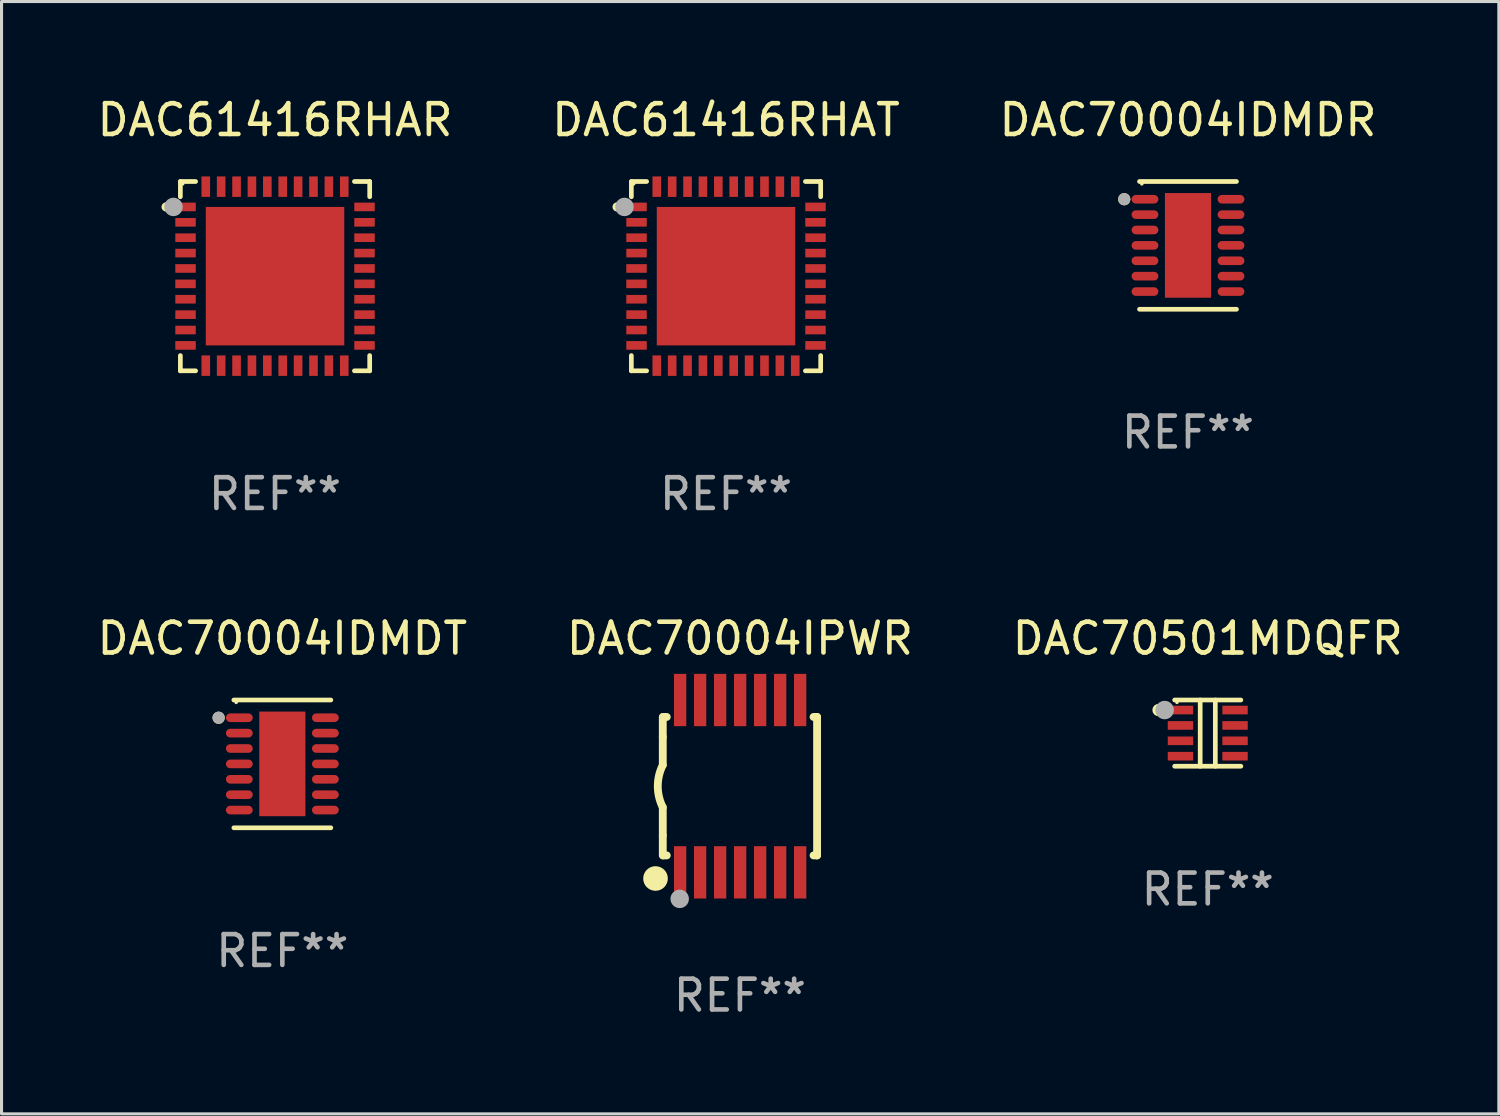
<source format=kicad_pcb>
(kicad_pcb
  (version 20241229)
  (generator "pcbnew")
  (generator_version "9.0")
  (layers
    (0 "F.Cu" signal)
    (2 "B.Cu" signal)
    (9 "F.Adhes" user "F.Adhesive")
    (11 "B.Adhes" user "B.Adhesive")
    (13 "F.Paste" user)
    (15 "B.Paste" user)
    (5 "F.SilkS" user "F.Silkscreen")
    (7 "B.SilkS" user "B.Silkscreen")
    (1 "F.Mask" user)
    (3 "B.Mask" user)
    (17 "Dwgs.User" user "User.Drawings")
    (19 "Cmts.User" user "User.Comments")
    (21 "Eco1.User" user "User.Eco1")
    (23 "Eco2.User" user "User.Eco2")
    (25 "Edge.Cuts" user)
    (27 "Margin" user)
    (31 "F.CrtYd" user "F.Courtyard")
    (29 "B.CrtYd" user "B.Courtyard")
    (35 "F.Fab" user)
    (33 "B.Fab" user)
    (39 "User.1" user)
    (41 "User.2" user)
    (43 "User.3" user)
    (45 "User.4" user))
  (footprint "DAC70501MDQFR"
    (layer "F.Cu")
    (at 36.196 20.773)
    (property "Reference" "DAC70501MDQFR" (at 0 -3.076 0) (layer "F.SilkS") (effects (font (size 1 1) (thickness 0.15))))
    (attr through_hole)
    (fp_line (start -1.076 -1.076) (end 1.076 -1.076) (stroke (width 0.152) (type solid)) (layer "F.SilkS"))
    (fp_line (start -0.246 -1.076) (end -0.246 1.076) (stroke (width 0.152) (type solid)) (layer "F.SilkS"))
    (fp_line (start 0.246 -1.076) (end 0.246 1.076) (stroke (width 0.152) (type solid)) (layer "F.SilkS"))
    (fp_line (start 1.076 1.076) (end -1.076 1.076) (stroke (width 0.152) (type solid)) (layer "F.SilkS"))
    (fp_circle (center -1.6 -0.75) (end -1.5 -0.75) (stroke (width 0.2) (type solid)) (fill no) (layer "F.SilkS"))
    (fp_circle (center -1 -1) (end -0.97 -1) (stroke (width 0.06) (type solid)) (fill no) (layer "F.SilkS"))
    (fp_circle (center -1.4 -0.75) (end -1.25 -0.75) (stroke (width 0.3) (type solid)) (fill no) (layer "F.Fab"))
    (fp_text user "REF**" (at 0 5.076 0) (layer "F.Fab") (effects (font (size 1 1) (thickness 0.15))))
    (pad "1" smd rect (at -0.887 -0.75) (size 0.825 0.28) (layers "F.Cu" "F.Mask" "F.Paste"))
    (pad "2" smd rect (at -0.887 -0.25) (size 0.825 0.28) (layers "F.Cu" "F.Mask" "F.Paste"))
    (pad "3" smd rect (at -0.887 0.25) (size 0.825 0.28) (layers "F.Cu" "F.Mask" "F.Paste"))
    (pad "4" smd rect (at -0.887 0.75) (size 0.825 0.28) (layers "F.Cu" "F.Mask" "F.Paste"))
    (pad "5" smd rect (at 0.887 0.75) (size 0.825 0.28) (layers "F.Cu" "F.Mask" "F.Paste"))
    (pad "6" smd rect (at 0.887 0.25) (size 0.825 0.28) (layers "F.Cu" "F.Mask" "F.Paste"))
    (pad "7" smd rect (at 0.887 -0.25) (size 0.825 0.28) (layers "F.Cu" "F.Mask" "F.Paste"))
    (pad "8" smd rect (at 0.887 -0.75) (size 0.825 0.28) (layers "F.Cu" "F.Mask" "F.Paste")))
  (footprint "DAC70004IDMDT"
    (layer "F.Cu")
    (at 6.125 21.773)
    (property "Reference" "DAC70004IDMDT" (at 0 -4.076 0) (layer "F.SilkS") (effects (font (size 1 1) (thickness 0.15))))
    (attr through_hole)
    (fp_line (start -1.576 -2.076) (end 1.576 -2.076) (stroke (width 0.152) (type solid)) (layer "F.SilkS"))
    (fp_line (start -1.576 2.076) (end 1.576 2.076) (stroke (width 0.152) (type solid)) (layer "F.SilkS"))
    (fp_circle (center -2.071 -1.5) (end -1.971 -1.5) (stroke (width 0.2) (type solid)) (fill no) (layer "F.SilkS"))
    (fp_circle (center -1.5 -2) (end -1.47 -2) (stroke (width 0.06) (type solid)) (fill no) (layer "F.SilkS"))
    (fp_circle (center -2.071 -1.5) (end -1.971 -1.5) (stroke (width 0.2) (type solid)) (fill no) (layer "F.Fab"))
    (fp_text user "REF**" (at 0 6.076 0) (layer "F.Fab") (effects (font (size 1 1) (thickness 0.15))))
    (pad "1" smd oval (at -1.398 -1.5) (size 0.87 0.28) (layers "F.Cu" "F.Mask" "F.Paste"))
    (pad "2" smd oval (at -1.398 -1) (size 0.87 0.28) (layers "F.Cu" "F.Mask" "F.Paste"))
    (pad "3" smd oval (at -1.398 -0.5) (size 0.87 0.28) (layers "F.Cu" "F.Mask" "F.Paste"))
    (pad "4" smd oval (at -1.398 0) (size 0.87 0.28) (layers "F.Cu" "F.Mask" "F.Paste"))
    (pad "5" smd oval (at -1.398 0.5) (size 0.87 0.28) (layers "F.Cu" "F.Mask" "F.Paste"))
    (pad "6" smd oval (at -1.398 1) (size 0.87 0.28) (layers "F.Cu" "F.Mask" "F.Paste"))
    (pad "7" smd oval (at -1.398 1.5) (size 0.87 0.28) (layers "F.Cu" "F.Mask" "F.Paste"))
    (pad "8" smd oval (at 1.398 1.5) (size 0.87 0.28) (layers "F.Cu" "F.Mask" "F.Paste"))
    (pad "9" smd oval (at 1.398 1) (size 0.87 0.28) (layers "F.Cu" "F.Mask" "F.Paste"))
    (pad "10" smd oval (at 1.398 0.5) (size 0.87 0.28) (layers "F.Cu" "F.Mask" "F.Paste"))
    (pad "11" smd oval (at 1.398 0) (size 0.87 0.28) (layers "F.Cu" "F.Mask" "F.Paste"))
    (pad "12" smd oval (at 1.398 -0.5) (size 0.87 0.28) (layers "F.Cu" "F.Mask" "F.Paste"))
    (pad "13" smd oval (at 1.398 -1) (size 0.87 0.28) (layers "F.Cu" "F.Mask" "F.Paste"))
    (pad "14" smd oval (at 1.398 -1.5) (size 0.87 0.28) (layers "F.Cu" "F.Mask" "F.Paste"))
    (pad "15" smd rect (at 0 0) (size 1.5 3.4) (layers "F.Cu" "F.Mask" "F.Paste")))
  (footprint "DAC70004IPWR"
    (layer "F.Cu")
    (at 20.994 22.497)
    (property "Reference" "DAC70004IPWR" (at 0 -4.8 0) (layer "F.SilkS") (effects (font (size 1 1) (thickness 0.15))))
    (attr through_hole)
    (fp_line (start -2.507 -1.6) (end -2.507 -2.25) (stroke (width 0.254) (type solid)) (layer "F.SilkS"))
    (fp_line (start -2.507 -0.686) (end -2.507 -1.6) (stroke (width 0.254) (type solid)) (layer "F.SilkS"))
    (fp_line (start -2.507 1.6) (end -2.507 0.686) (stroke (width 0.254) (type solid)) (layer "F.SilkS"))
    (fp_line (start -2.507 1.6) (end -2.507 2.25) (stroke (width 0.254) (type solid)) (layer "F.SilkS"))
    (fp_line (start -2.493 -2.25) (end -2.377 -2.25) (stroke (width 0.254) (type solid)) (layer "F.SilkS"))
    (fp_line (start -2.377 2.25) (end -2.493 2.25) (stroke (width 0.254) (type solid)) (layer "F.SilkS"))
    (fp_line (start 2.392 -2.25) (end 2.507 -2.25) (stroke (width 0.254) (type solid)) (layer "F.SilkS"))
    (fp_line (start 2.507 -2.25) (end 2.507 2.25) (stroke (width 0.254) (type solid)) (layer "F.SilkS"))
    (fp_line (start 2.507 2.25) (end 2.392 2.25) (stroke (width 0.254) (type solid)) (layer "F.SilkS"))
    (fp_arc (start -2.507303 0.685802) (mid -2.669199 0) (end -2.507303 -0.685801) (stroke (width 0.254001) (type solid)) (layer "F.SilkS"))
    (fp_circle (center -2.743 3) (end -2.543 3) (stroke (width 0.4) (type solid)) (fill no) (layer "F.SilkS"))
    (fp_circle (center -2.493 3.2) (end -2.463 3.2) (stroke (width 0.06) (type solid)) (fill no) (layer "F.SilkS"))
    (fp_circle (center -1.957 3.662) (end -1.807 3.662) (stroke (width 0.3) (type solid)) (fill no) (layer "F.Fab"))
    (fp_text user "REF**" (at 0 6.8 0) (layer "F.Fab") (effects (font (size 1 1) (thickness 0.15))))
    (pad "1" smd rect (at -1.943 2.8) (size 0.4 1.7) (layers "F.Cu" "F.Mask" "F.Paste"))
    (pad "2" smd rect (at -1.293 2.8) (size 0.4 1.7) (layers "F.Cu" "F.Mask" "F.Paste"))
    (pad "3" smd rect (at -0.643 2.8) (size 0.4 1.7) (layers "F.Cu" "F.Mask" "F.Paste"))
    (pad "4" smd rect (at 0.007 2.8) (size 0.4 1.7) (layers "F.Cu" "F.Mask" "F.Paste"))
    (pad "5" smd rect (at 0.657 2.8) (size 0.4 1.7) (layers "F.Cu" "F.Mask" "F.Paste"))
    (pad "6" smd rect (at 1.307 2.8) (size 0.4 1.7) (layers "F.Cu" "F.Mask" "F.Paste"))
    (pad "7" smd rect (at 1.957 2.8) (size 0.4 1.7) (layers "F.Cu" "F.Mask" "F.Paste"))
    (pad "8" smd rect (at 1.957 -2.8) (size 0.4 1.7) (layers "F.Cu" "F.Mask" "F.Paste"))
    (pad "9" smd rect (at 1.307 -2.8) (size 0.4 1.7) (layers "F.Cu" "F.Mask" "F.Paste"))
    (pad "10" smd rect (at 0.657 -2.8) (size 0.4 1.7) (layers "F.Cu" "F.Mask" "F.Paste"))
    (pad "11" smd rect (at 0.007 -2.8) (size 0.4 1.7) (layers "F.Cu" "F.Mask" "F.Paste"))
    (pad "12" smd rect (at -0.643 -2.8) (size 0.4 1.7) (layers "F.Cu" "F.Mask" "F.Paste"))
    (pad "13" smd rect (at -1.293 -2.8) (size 0.4 1.7) (layers "F.Cu" "F.Mask" "F.Paste"))
    (pad "14" smd rect (at -1.943 -2.8) (size 0.4 1.7) (layers "F.Cu" "F.Mask" "F.Paste")))
  (footprint "DAC61416RHAR"
    (layer "F.Cu")
    (at 5.887 5.924)
    (property "Reference" "DAC61416RHAR" (at 0 -5.076 0) (layer "F.SilkS") (effects (font (size 1 1) (thickness 0.15))))
    (attr through_hole)
    (fp_line (start -3.076 -3.076) (end -3.076 -2.58) (stroke (width 0.152) (type solid)) (layer "F.SilkS"))
    (fp_line (start -3.076 3.076) (end -3.076 2.58) (stroke (width 0.152) (type solid)) (layer "F.SilkS"))
    (fp_line (start -2.58 -3.076) (end -3.076 -3.076) (stroke (width 0.152) (type solid)) (layer "F.SilkS"))
    (fp_line (start -2.58 3.076) (end -3.076 3.076) (stroke (width 0.152) (type solid)) (layer "F.SilkS"))
    (fp_line (start 2.58 -3.076) (end 3.076 -3.076) (stroke (width 0.152) (type solid)) (layer "F.SilkS"))
    (fp_line (start 2.58 3.076) (end 3.076 3.076) (stroke (width 0.152) (type solid)) (layer "F.SilkS"))
    (fp_line (start 3.076 -3.076) (end 3.076 -2.58) (stroke (width 0.152) (type solid)) (layer "F.SilkS"))
    (fp_line (start 3.076 3.076) (end 3.076 2.58) (stroke (width 0.152) (type solid)) (layer "F.SilkS"))
    (fp_circle (center -3.54 -2.25) (end -3.465 -2.25) (stroke (width 0.15) (type solid)) (fill no) (layer "F.SilkS"))
    (fp_circle (center -3 -3) (end -2.97 -3) (stroke (width 0.06) (type solid)) (fill no) (layer "F.SilkS"))
    (fp_circle (center -3.3 -2.25) (end -3.15 -2.25) (stroke (width 0.3) (type solid)) (fill no) (layer "F.Fab"))
    (fp_text user "REF**" (at 0 7.076 0) (layer "F.Fab") (effects (font (size 1 1) (thickness 0.15))))
    (pad "1" smd rect (at -2.908 -2.25) (size 0.665 0.28) (layers "F.Cu" "F.Mask" "F.Paste"))
    (pad "2" smd rect (at -2.908 -1.75) (size 0.665 0.28) (layers "F.Cu" "F.Mask" "F.Paste"))
    (pad "3" smd rect (at -2.908 -1.25) (size 0.665 0.28) (layers "F.Cu" "F.Mask" "F.Paste"))
    (pad "4" smd rect (at -2.908 -0.75) (size 0.665 0.28) (layers "F.Cu" "F.Mask" "F.Paste"))
    (pad "5" smd rect (at -2.908 -0.25) (size 0.665 0.28) (layers "F.Cu" "F.Mask" "F.Paste"))
    (pad "6" smd rect (at -2.908 0.25) (size 0.665 0.28) (layers "F.Cu" "F.Mask" "F.Paste"))
    (pad "7" smd rect (at -2.908 0.75) (size 0.665 0.28) (layers "F.Cu" "F.Mask" "F.Paste"))
    (pad "8" smd rect (at -2.908 1.25) (size 0.665 0.28) (layers "F.Cu" "F.Mask" "F.Paste"))
    (pad "9" smd rect (at -2.908 1.75) (size 0.665 0.28) (layers "F.Cu" "F.Mask" "F.Paste"))
    (pad "10" smd rect (at -2.908 2.25) (size 0.665 0.28) (layers "F.Cu" "F.Mask" "F.Paste"))
    (pad "11" smd rect (at -2.25 2.908) (size 0.28 0.665) (layers "F.Cu" "F.Mask" "F.Paste"))
    (pad "12" smd rect (at -1.75 2.908) (size 0.28 0.665) (layers "F.Cu" "F.Mask" "F.Paste"))
    (pad "13" smd rect (at -1.25 2.908) (size 0.28 0.665) (layers "F.Cu" "F.Mask" "F.Paste"))
    (pad "14" smd rect (at -0.75 2.908) (size 0.28 0.665) (layers "F.Cu" "F.Mask" "F.Paste"))
    (pad "15" smd rect (at -0.25 2.908) (size 0.28 0.665) (layers "F.Cu" "F.Mask" "F.Paste"))
    (pad "16" smd rect (at 0.25 2.908) (size 0.28 0.665) (layers "F.Cu" "F.Mask" "F.Paste"))
    (pad "17" smd rect (at 0.75 2.908) (size 0.28 0.665) (layers "F.Cu" "F.Mask" "F.Paste"))
    (pad "18" smd rect (at 1.25 2.908) (size 0.28 0.665) (layers "F.Cu" "F.Mask" "F.Paste"))
    (pad "19" smd rect (at 1.75 2.908) (size 0.28 0.665) (layers "F.Cu" "F.Mask" "F.Paste"))
    (pad "20" smd rect (at 2.25 2.908) (size 0.28 0.665) (layers "F.Cu" "F.Mask" "F.Paste"))
    (pad "21" smd rect (at 2.908 2.25) (size 0.665 0.28) (layers "F.Cu" "F.Mask" "F.Paste"))
    (pad "22" smd rect (at 2.908 1.75) (size 0.665 0.28) (layers "F.Cu" "F.Mask" "F.Paste"))
    (pad "23" smd rect (at 2.908 1.25) (size 0.665 0.28) (layers "F.Cu" "F.Mask" "F.Paste"))
    (pad "24" smd rect (at 2.908 0.75) (size 0.665 0.28) (layers "F.Cu" "F.Mask" "F.Paste"))
    (pad "25" smd rect (at 2.908 0.25) (size 0.665 0.28) (layers "F.Cu" "F.Mask" "F.Paste"))
    (pad "26" smd rect (at 2.908 -0.25) (size 0.665 0.28) (layers "F.Cu" "F.Mask" "F.Paste"))
    (pad "27" smd rect (at 2.908 -0.75) (size 0.665 0.28) (layers "F.Cu" "F.Mask" "F.Paste"))
    (pad "28" smd rect (at 2.908 -1.25) (size 0.665 0.28) (layers "F.Cu" "F.Mask" "F.Paste"))
    (pad "29" smd rect (at 2.908 -1.75) (size 0.665 0.28) (layers "F.Cu" "F.Mask" "F.Paste"))
    (pad "30" smd rect (at 2.908 -2.25) (size 0.665 0.28) (layers "F.Cu" "F.Mask" "F.Paste"))
    (pad "31" smd rect (at 2.25 -2.908) (size 0.28 0.665) (layers "F.Cu" "F.Mask" "F.Paste"))
    (pad "32" smd rect (at 1.75 -2.908) (size 0.28 0.665) (layers "F.Cu" "F.Mask" "F.Paste"))
    (pad "33" smd rect (at 1.25 -2.908) (size 0.28 0.665) (layers "F.Cu" "F.Mask" "F.Paste"))
    (pad "34" smd rect (at 0.75 -2.908) (size 0.28 0.665) (layers "F.Cu" "F.Mask" "F.Paste"))
    (pad "35" smd rect (at 0.25 -2.908) (size 0.28 0.665) (layers "F.Cu" "F.Mask" "F.Paste"))
    (pad "36" smd rect (at -0.25 -2.908) (size 0.28 0.665) (layers "F.Cu" "F.Mask" "F.Paste"))
    (pad "37" smd rect (at -0.75 -2.908) (size 0.28 0.665) (layers "F.Cu" "F.Mask" "F.Paste"))
    (pad "38" smd rect (at -1.25 -2.908) (size 0.28 0.665) (layers "F.Cu" "F.Mask" "F.Paste"))
    (pad "39" smd rect (at -1.75 -2.908) (size 0.28 0.665) (layers "F.Cu" "F.Mask" "F.Paste"))
    (pad "40" smd rect (at -2.25 -2.908) (size 0.28 0.665) (layers "F.Cu" "F.Mask" "F.Paste"))
    (pad "41" smd rect (at 0 0) (size 4.5 4.5) (layers "F.Cu" "F.Mask" "F.Paste")))
  (footprint "DAC70004IDMDR"
    (layer "F.Cu")
    (at 35.554 4.924)
    (property "Reference" "DAC70004IDMDR" (at 0 -4.076 0) (layer "F.SilkS") (effects (font (size 1 1) (thickness 0.15))))
    (attr through_hole)
    (fp_line (start -1.576 -2.076) (end 1.576 -2.076) (stroke (width 0.152) (type solid)) (layer "F.SilkS"))
    (fp_line (start -1.576 2.076) (end 1.576 2.076) (stroke (width 0.152) (type solid)) (layer "F.SilkS"))
    (fp_circle (center -2.071 -1.5) (end -1.971 -1.5) (stroke (width 0.2) (type solid)) (fill no) (layer "F.SilkS"))
    (fp_circle (center -1.5 -2) (end -1.47 -2) (stroke (width 0.06) (type solid)) (fill no) (layer "F.SilkS"))
    (fp_circle (center -2.071 -1.5) (end -1.971 -1.5) (stroke (width 0.2) (type solid)) (fill no) (layer "F.Fab"))
    (fp_text user "REF**" (at 0 6.076 0) (layer "F.Fab") (effects (font (size 1 1) (thickness 0.15))))
    (pad "1" smd oval (at -1.398 -1.5) (size 0.87 0.28) (layers "F.Cu" "F.Mask" "F.Paste"))
    (pad "2" smd oval (at -1.398 -1) (size 0.87 0.28) (layers "F.Cu" "F.Mask" "F.Paste"))
    (pad "3" smd oval (at -1.398 -0.5) (size 0.87 0.28) (layers "F.Cu" "F.Mask" "F.Paste"))
    (pad "4" smd oval (at -1.398 0) (size 0.87 0.28) (layers "F.Cu" "F.Mask" "F.Paste"))
    (pad "5" smd oval (at -1.398 0.5) (size 0.87 0.28) (layers "F.Cu" "F.Mask" "F.Paste"))
    (pad "6" smd oval (at -1.398 1) (size 0.87 0.28) (layers "F.Cu" "F.Mask" "F.Paste"))
    (pad "7" smd oval (at -1.398 1.5) (size 0.87 0.28) (layers "F.Cu" "F.Mask" "F.Paste"))
    (pad "8" smd oval (at 1.398 1.5) (size 0.87 0.28) (layers "F.Cu" "F.Mask" "F.Paste"))
    (pad "9" smd oval (at 1.398 1) (size 0.87 0.28) (layers "F.Cu" "F.Mask" "F.Paste"))
    (pad "10" smd oval (at 1.398 0.5) (size 0.87 0.28) (layers "F.Cu" "F.Mask" "F.Paste"))
    (pad "11" smd oval (at 1.398 0) (size 0.87 0.28) (layers "F.Cu" "F.Mask" "F.Paste"))
    (pad "12" smd oval (at 1.398 -0.5) (size 0.87 0.28) (layers "F.Cu" "F.Mask" "F.Paste"))
    (pad "13" smd oval (at 1.398 -1) (size 0.87 0.28) (layers "F.Cu" "F.Mask" "F.Paste"))
    (pad "14" smd oval (at 1.398 -1.5) (size 0.87 0.28) (layers "F.Cu" "F.Mask" "F.Paste"))
    (pad "15" smd rect (at 0 0) (size 1.5 3.4) (layers "F.Cu" "F.Mask" "F.Paste")))
  (footprint "DAC61416RHAT"
    (layer "F.Cu")
    (at 20.542 5.924)
    (property "Reference" "DAC61416RHAT" (at 0 -5.076 0) (layer "F.SilkS") (effects (font (size 1 1) (thickness 0.15))))
    (attr through_hole)
    (fp_line (start -3.076 -3.076) (end -3.076 -2.58) (stroke (width 0.152) (type solid)) (layer "F.SilkS"))
    (fp_line (start -3.076 3.076) (end -3.076 2.58) (stroke (width 0.152) (type solid)) (layer "F.SilkS"))
    (fp_line (start -2.58 -3.076) (end -3.076 -3.076) (stroke (width 0.152) (type solid)) (layer "F.SilkS"))
    (fp_line (start -2.58 3.076) (end -3.076 3.076) (stroke (width 0.152) (type solid)) (layer "F.SilkS"))
    (fp_line (start 2.58 -3.076) (end 3.076 -3.076) (stroke (width 0.152) (type solid)) (layer "F.SilkS"))
    (fp_line (start 2.58 3.076) (end 3.076 3.076) (stroke (width 0.152) (type solid)) (layer "F.SilkS"))
    (fp_line (start 3.076 -3.076) (end 3.076 -2.58) (stroke (width 0.152) (type solid)) (layer "F.SilkS"))
    (fp_line (start 3.076 3.076) (end 3.076 2.58) (stroke (width 0.152) (type solid)) (layer "F.SilkS"))
    (fp_circle (center -3.54 -2.25) (end -3.465 -2.25) (stroke (width 0.15) (type solid)) (fill no) (layer "F.SilkS"))
    (fp_circle (center -3 -3) (end -2.97 -3) (stroke (width 0.06) (type solid)) (fill no) (layer "F.SilkS"))
    (fp_circle (center -3.3 -2.25) (end -3.15 -2.25) (stroke (width 0.3) (type solid)) (fill no) (layer "F.Fab"))
    (fp_text user "REF**" (at 0 7.076 0) (layer "F.Fab") (effects (font (size 1 1) (thickness 0.15))))
    (pad "1" smd rect (at -2.908 -2.25) (size 0.665 0.28) (layers "F.Cu" "F.Mask" "F.Paste"))
    (pad "2" smd rect (at -2.908 -1.75) (size 0.665 0.28) (layers "F.Cu" "F.Mask" "F.Paste"))
    (pad "3" smd rect (at -2.908 -1.25) (size 0.665 0.28) (layers "F.Cu" "F.Mask" "F.Paste"))
    (pad "4" smd rect (at -2.908 -0.75) (size 0.665 0.28) (layers "F.Cu" "F.Mask" "F.Paste"))
    (pad "5" smd rect (at -2.908 -0.25) (size 0.665 0.28) (layers "F.Cu" "F.Mask" "F.Paste"))
    (pad "6" smd rect (at -2.908 0.25) (size 0.665 0.28) (layers "F.Cu" "F.Mask" "F.Paste"))
    (pad "7" smd rect (at -2.908 0.75) (size 0.665 0.28) (layers "F.Cu" "F.Mask" "F.Paste"))
    (pad "8" smd rect (at -2.908 1.25) (size 0.665 0.28) (layers "F.Cu" "F.Mask" "F.Paste"))
    (pad "9" smd rect (at -2.908 1.75) (size 0.665 0.28) (layers "F.Cu" "F.Mask" "F.Paste"))
    (pad "10" smd rect (at -2.908 2.25) (size 0.665 0.28) (layers "F.Cu" "F.Mask" "F.Paste"))
    (pad "11" smd rect (at -2.25 2.908) (size 0.28 0.665) (layers "F.Cu" "F.Mask" "F.Paste"))
    (pad "12" smd rect (at -1.75 2.908) (size 0.28 0.665) (layers "F.Cu" "F.Mask" "F.Paste"))
    (pad "13" smd rect (at -1.25 2.908) (size 0.28 0.665) (layers "F.Cu" "F.Mask" "F.Paste"))
    (pad "14" smd rect (at -0.75 2.908) (size 0.28 0.665) (layers "F.Cu" "F.Mask" "F.Paste"))
    (pad "15" smd rect (at -0.25 2.908) (size 0.28 0.665) (layers "F.Cu" "F.Mask" "F.Paste"))
    (pad "16" smd rect (at 0.25 2.908) (size 0.28 0.665) (layers "F.Cu" "F.Mask" "F.Paste"))
    (pad "17" smd rect (at 0.75 2.908) (size 0.28 0.665) (layers "F.Cu" "F.Mask" "F.Paste"))
    (pad "18" smd rect (at 1.25 2.908) (size 0.28 0.665) (layers "F.Cu" "F.Mask" "F.Paste"))
    (pad "19" smd rect (at 1.75 2.908) (size 0.28 0.665) (layers "F.Cu" "F.Mask" "F.Paste"))
    (pad "20" smd rect (at 2.25 2.908) (size 0.28 0.665) (layers "F.Cu" "F.Mask" "F.Paste"))
    (pad "21" smd rect (at 2.908 2.25) (size 0.665 0.28) (layers "F.Cu" "F.Mask" "F.Paste"))
    (pad "22" smd rect (at 2.908 1.75) (size 0.665 0.28) (layers "F.Cu" "F.Mask" "F.Paste"))
    (pad "23" smd rect (at 2.908 1.25) (size 0.665 0.28) (layers "F.Cu" "F.Mask" "F.Paste"))
    (pad "24" smd rect (at 2.908 0.75) (size 0.665 0.28) (layers "F.Cu" "F.Mask" "F.Paste"))
    (pad "25" smd rect (at 2.908 0.25) (size 0.665 0.28) (layers "F.Cu" "F.Mask" "F.Paste"))
    (pad "26" smd rect (at 2.908 -0.25) (size 0.665 0.28) (layers "F.Cu" "F.Mask" "F.Paste"))
    (pad "27" smd rect (at 2.908 -0.75) (size 0.665 0.28) (layers "F.Cu" "F.Mask" "F.Paste"))
    (pad "28" smd rect (at 2.908 -1.25) (size 0.665 0.28) (layers "F.Cu" "F.Mask" "F.Paste"))
    (pad "29" smd rect (at 2.908 -1.75) (size 0.665 0.28) (layers "F.Cu" "F.Mask" "F.Paste"))
    (pad "30" smd rect (at 2.908 -2.25) (size 0.665 0.28) (layers "F.Cu" "F.Mask" "F.Paste"))
    (pad "31" smd rect (at 2.25 -2.908) (size 0.28 0.665) (layers "F.Cu" "F.Mask" "F.Paste"))
    (pad "32" smd rect (at 1.75 -2.908) (size 0.28 0.665) (layers "F.Cu" "F.Mask" "F.Paste"))
    (pad "33" smd rect (at 1.25 -2.908) (size 0.28 0.665) (layers "F.Cu" "F.Mask" "F.Paste"))
    (pad "34" smd rect (at 0.75 -2.908) (size 0.28 0.665) (layers "F.Cu" "F.Mask" "F.Paste"))
    (pad "35" smd rect (at 0.25 -2.908) (size 0.28 0.665) (layers "F.Cu" "F.Mask" "F.Paste"))
    (pad "36" smd rect (at -0.25 -2.908) (size 0.28 0.665) (layers "F.Cu" "F.Mask" "F.Paste"))
    (pad "37" smd rect (at -0.75 -2.908) (size 0.28 0.665) (layers "F.Cu" "F.Mask" "F.Paste"))
    (pad "38" smd rect (at -1.25 -2.908) (size 0.28 0.665) (layers "F.Cu" "F.Mask" "F.Paste"))
    (pad "39" smd rect (at -1.75 -2.908) (size 0.28 0.665) (layers "F.Cu" "F.Mask" "F.Paste"))
    (pad "40" smd rect (at -2.25 -2.908) (size 0.28 0.665) (layers "F.Cu" "F.Mask" "F.Paste"))
    (pad "41" smd rect (at 0 0) (size 4.5 4.5) (layers "F.Cu" "F.Mask" "F.Paste")))
  (gr_rect
    (start -3 -3)
    (end 45.655 33.146)
    (stroke (width 0.1) (type default))
    (fill no)
    (layer "Edge.Cuts")))
</source>
